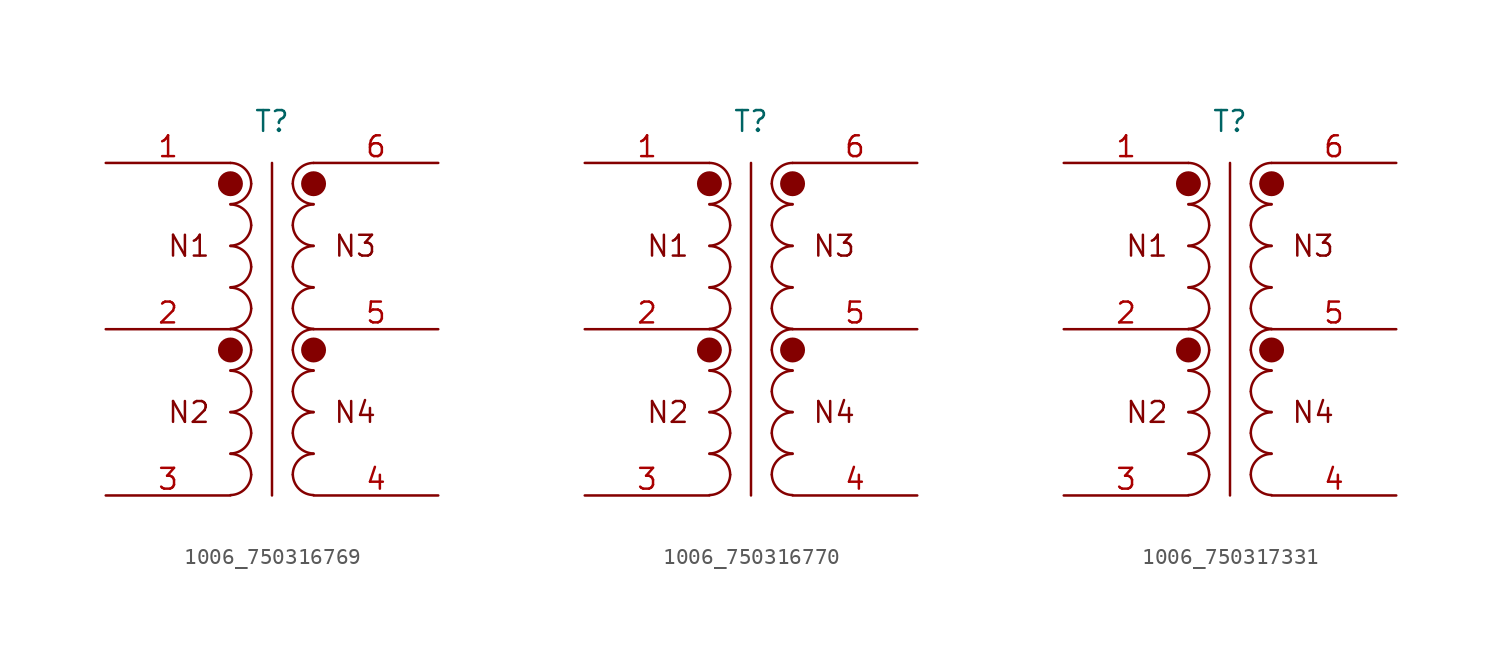
<source format=kicad_sym>
(kicad_symbol_lib
  (version 20220914)
  (generator kicad_symbol_editor)
  (symbol "1006_750316769"
    (pin_names hide)
    (property "Reference" "T"
      (at 0 12.7 0)
      (effects (font (size 1.27 1.27))))
    (property "Critical Parameter" ""
      (at 0 -5.08 0)
      (effects (font (size 1.27 1.27)) (justify left)))
    (symbol "1006_750316769_0_1"
      (arc (start -2.54 -10.1346) (mid -1.6561 -9.7663) (end -1.27 -8.89) (stroke (width 0) (type default)) (fill (type none)))
      (arc (start -2.54 -7.5946) (mid -1.6561 -7.2263) (end -1.27 -6.35) (stroke (width 0) (type default)) (fill (type none)))
      (arc (start -2.54 -5.0546) (mid -1.6561 -4.6863) (end -1.27 -3.81) (stroke (width 0) (type default)) (fill (type none)))
      (arc (start -2.54 -2.5146) (mid -1.6561 -2.1463) (end -1.27 -1.27) (stroke (width 0) (type default)) (fill (type none)))
      (arc (start -2.54 0.0254) (mid -1.6561 0.3937) (end -1.27 1.27) (stroke (width 0) (type default)) (fill (type none)))
      (arc (start -2.54 2.5654) (mid -1.6561 2.9337) (end -1.27 3.81) (stroke (width 0) (type default)) (fill (type none)))
      (arc (start -2.54 5.1054) (mid -1.6561 5.4737) (end -1.27 6.35) (stroke (width 0) (type default)) (fill (type none)))
      (arc (start -2.54 7.6454) (mid -1.6561 8.0137) (end -1.27 8.89) (stroke (width 0) (type default)) (fill (type none)))
      (arc (start -1.27 -8.89) (mid -1.642 -7.992) (end -2.54 -7.62) (stroke (width 0) (type default)) (fill (type none)))
      (arc (start -1.27 -6.35) (mid -1.642 -5.452) (end -2.54 -5.08) (stroke (width 0) (type default)) (fill (type none)))
      (arc (start -1.27 -3.81) (mid -1.642 -2.912) (end -2.54 -2.54) (stroke (width 0) (type default)) (fill (type none)))
      (arc (start -1.27 -1.27) (mid -1.642 -0.372) (end -2.54 0) (stroke (width 0) (type default)) (fill (type none)))
      (arc (start -1.27 1.27) (mid -1.642 2.168) (end -2.54 2.54) (stroke (width 0) (type default)) (fill (type none)))
      (arc (start -1.27 3.81) (mid -1.642 4.708) (end -2.54 5.08) (stroke (width 0) (type default)) (fill (type none)))
      (arc (start -1.27 6.35) (mid -1.642 7.248) (end -2.54 7.62) (stroke (width 0) (type default)) (fill (type none)))
      (arc (start -1.27 8.89) (mid -1.642 9.788) (end -2.54 10.16) (stroke (width 0) (type default)) (fill (type none)))
      (polyline (pts (xy 0 -10.16) (xy 0 10.16)) (stroke (width 0) (type default)) (fill (type none)))
      (arc (start 1.27 -8.89) (mid 1.6561 -9.7663) (end 2.54 -10.1346) (stroke (width 0) (type default)) (fill (type none)))
      (arc (start 1.27 -6.35) (mid 1.6561 -7.2263) (end 2.54 -7.5946) (stroke (width 0) (type default)) (fill (type none)))
      (arc (start 1.27 -3.81) (mid 1.6561 -4.6863) (end 2.54 -5.0546) (stroke (width 0) (type default)) (fill (type none)))
      (arc (start 1.27 -1.27) (mid 1.6561 -2.1463) (end 2.54 -2.5146) (stroke (width 0) (type default)) (fill (type none)))
      (arc (start 1.27 1.27) (mid 1.6561 0.3937) (end 2.54 0.0254) (stroke (width 0) (type default)) (fill (type none)))
      (arc (start 1.27 3.81) (mid 1.6561 2.9337) (end 2.54 2.5654) (stroke (width 0) (type default)) (fill (type none)))
      (arc (start 1.27 6.35) (mid 1.6561 5.4737) (end 2.54 5.1054) (stroke (width 0) (type default)) (fill (type none)))
      (arc (start 1.27 8.89) (mid 1.6561 8.0137) (end 2.54 7.6454) (stroke (width 0) (type default)) (fill (type none)))
      (arc (start 2.54 -7.62) (mid 1.642 -7.992) (end 1.27 -8.89) (stroke (width 0) (type default)) (fill (type none)))
      (arc (start 2.54 -5.08) (mid 1.642 -5.452) (end 1.27 -6.35) (stroke (width 0) (type default)) (fill (type none)))
      (arc (start 2.54 -2.54) (mid 1.642 -2.912) (end 1.27 -3.81) (stroke (width 0) (type default)) (fill (type none)))
      (arc (start 2.54 0) (mid 1.642 -0.372) (end 1.27 -1.27) (stroke (width 0) (type default)) (fill (type none)))
      (arc (start 2.54 2.54) (mid 1.642 2.168) (end 1.27 1.27) (stroke (width 0) (type default)) (fill (type none)))
      (arc (start 2.54 5.08) (mid 1.642 4.708) (end 1.27 3.81) (stroke (width 0) (type default)) (fill (type none)))
      (arc (start 2.54 7.62) (mid 1.642 7.248) (end 1.27 6.35) (stroke (width 0) (type default)) (fill (type none)))
      (arc (start 2.54 10.16) (mid 1.642 9.788) (end 1.27 8.89) (stroke (width 0) (type default)) (fill (type none))))
    (symbol "1006_750316769_1_1"
      (circle (center -2.54 -1.27) (radius 0.0001) (stroke (width 0.762) (type default)) (fill (type none)))
      (circle (center -2.54 8.89) (radius 0.0001) (stroke (width 0.762) (type default)) (fill (type none)))
      (circle (center 2.54 -1.27) (radius 0.0001) (stroke (width 0.762) (type default)) (fill (type none)))
      (circle (center 2.54 8.89) (radius 0.0001) (stroke (width 0.762) (type default)) (fill (type none)))
      (text "N1" (at -5.08 5.08 0) (effects (font (size 1.27 1.27))))
      (text "N2" (at -5.08 -5.08 0) (effects (font (size 1.27 1.27))))
      (text "N3" (at 5.08 5.08 0) (effects (font (size 1.27 1.27))))
      (text "N4" (at 5.08 -5.08 0) (effects (font (size 1.27 1.27))))
      (pin passive line (at -10.16 10.16 0) (length 7.62) (name "1" (effects (font (size 1.27 1.27)))) (number "1" (effects (font (size 1.27 1.27)))))
      (pin passive line (at -10.16 0 0) (length 7.62) (name "2" (effects (font (size 1.27 1.27)))) (number "2" (effects (font (size 1.27 1.27)))))
      (pin passive line (at -10.16 -10.16 0) (length 7.62) (name "3" (effects (font (size 1.27 1.27)))) (number "3" (effects (font (size 1.27 1.27)))))
      (pin passive line (at 10.16 -10.16 180) (length 7.62) (name "4" (effects (font (size 1.27 1.27)))) (number "4" (effects (font (size 1.27 1.27)))))
      (pin passive line (at 10.16 0 180) (length 7.62) (name "5" (effects (font (size 1.27 1.27)))) (number "5" (effects (font (size 1.27 1.27)))))
      (pin passive line (at 10.16 10.16 180) (length 7.62) (name "6" (effects (font (size 1.27 1.27)))) (number "6" (effects (font (size 1.27 1.27)))))))
  (symbol "1006_750316770"
    (pin_names hide)
    (property "Reference" "T"
      (at 0 12.7 0)
      (effects (font (size 1.27 1.27))))
    (property "Critical Parameter" ""
      (at 0 -5.08 0)
      (effects (font (size 1.27 1.27)) (justify left)))
    (symbol "1006_750316770_0_1"
      (arc (start -2.54 -10.1346) (mid -1.6561 -9.7663) (end -1.27 -8.89) (stroke (width 0) (type default)) (fill (type none)))
      (arc (start -2.54 -7.5946) (mid -1.6561 -7.2263) (end -1.27 -6.35) (stroke (width 0) (type default)) (fill (type none)))
      (arc (start -2.54 -5.0546) (mid -1.6561 -4.6863) (end -1.27 -3.81) (stroke (width 0) (type default)) (fill (type none)))
      (arc (start -2.54 -2.5146) (mid -1.6561 -2.1463) (end -1.27 -1.27) (stroke (width 0) (type default)) (fill (type none)))
      (arc (start -2.54 0.0254) (mid -1.6561 0.3937) (end -1.27 1.27) (stroke (width 0) (type default)) (fill (type none)))
      (arc (start -2.54 2.5654) (mid -1.6561 2.9337) (end -1.27 3.81) (stroke (width 0) (type default)) (fill (type none)))
      (arc (start -2.54 5.1054) (mid -1.6561 5.4737) (end -1.27 6.35) (stroke (width 0) (type default)) (fill (type none)))
      (arc (start -2.54 7.6454) (mid -1.6561 8.0137) (end -1.27 8.89) (stroke (width 0) (type default)) (fill (type none)))
      (arc (start -1.27 -8.89) (mid -1.642 -7.992) (end -2.54 -7.62) (stroke (width 0) (type default)) (fill (type none)))
      (arc (start -1.27 -6.35) (mid -1.642 -5.452) (end -2.54 -5.08) (stroke (width 0) (type default)) (fill (type none)))
      (arc (start -1.27 -3.81) (mid -1.642 -2.912) (end -2.54 -2.54) (stroke (width 0) (type default)) (fill (type none)))
      (arc (start -1.27 -1.27) (mid -1.642 -0.372) (end -2.54 0) (stroke (width 0) (type default)) (fill (type none)))
      (arc (start -1.27 1.27) (mid -1.642 2.168) (end -2.54 2.54) (stroke (width 0) (type default)) (fill (type none)))
      (arc (start -1.27 3.81) (mid -1.642 4.708) (end -2.54 5.08) (stroke (width 0) (type default)) (fill (type none)))
      (arc (start -1.27 6.35) (mid -1.642 7.248) (end -2.54 7.62) (stroke (width 0) (type default)) (fill (type none)))
      (arc (start -1.27 8.89) (mid -1.642 9.788) (end -2.54 10.16) (stroke (width 0) (type default)) (fill (type none)))
      (polyline (pts (xy 0 -10.16) (xy 0 10.16)) (stroke (width 0) (type default)) (fill (type none)))
      (arc (start 1.27 -8.89) (mid 1.6561 -9.7663) (end 2.54 -10.1346) (stroke (width 0) (type default)) (fill (type none)))
      (arc (start 1.27 -6.35) (mid 1.6561 -7.2263) (end 2.54 -7.5946) (stroke (width 0) (type default)) (fill (type none)))
      (arc (start 1.27 -3.81) (mid 1.6561 -4.6863) (end 2.54 -5.0546) (stroke (width 0) (type default)) (fill (type none)))
      (arc (start 1.27 -1.27) (mid 1.6561 -2.1463) (end 2.54 -2.5146) (stroke (width 0) (type default)) (fill (type none)))
      (arc (start 1.27 1.27) (mid 1.6561 0.3937) (end 2.54 0.0254) (stroke (width 0) (type default)) (fill (type none)))
      (arc (start 1.27 3.81) (mid 1.6561 2.9337) (end 2.54 2.5654) (stroke (width 0) (type default)) (fill (type none)))
      (arc (start 1.27 6.35) (mid 1.6561 5.4737) (end 2.54 5.1054) (stroke (width 0) (type default)) (fill (type none)))
      (arc (start 1.27 8.89) (mid 1.6561 8.0137) (end 2.54 7.6454) (stroke (width 0) (type default)) (fill (type none)))
      (arc (start 2.54 -7.62) (mid 1.642 -7.992) (end 1.27 -8.89) (stroke (width 0) (type default)) (fill (type none)))
      (arc (start 2.54 -5.08) (mid 1.642 -5.452) (end 1.27 -6.35) (stroke (width 0) (type default)) (fill (type none)))
      (arc (start 2.54 -2.54) (mid 1.642 -2.912) (end 1.27 -3.81) (stroke (width 0) (type default)) (fill (type none)))
      (arc (start 2.54 0) (mid 1.642 -0.372) (end 1.27 -1.27) (stroke (width 0) (type default)) (fill (type none)))
      (arc (start 2.54 2.54) (mid 1.642 2.168) (end 1.27 1.27) (stroke (width 0) (type default)) (fill (type none)))
      (arc (start 2.54 5.08) (mid 1.642 4.708) (end 1.27 3.81) (stroke (width 0) (type default)) (fill (type none)))
      (arc (start 2.54 7.62) (mid 1.642 7.248) (end 1.27 6.35) (stroke (width 0) (type default)) (fill (type none)))
      (arc (start 2.54 10.16) (mid 1.642 9.788) (end 1.27 8.89) (stroke (width 0) (type default)) (fill (type none))))
    (symbol "1006_750316770_1_1"
      (circle (center -2.54 -1.27) (radius 0.0001) (stroke (width 0.762) (type default)) (fill (type none)))
      (circle (center -2.54 8.89) (radius 0.0001) (stroke (width 0.762) (type default)) (fill (type none)))
      (circle (center 2.54 -1.27) (radius 0.0001) (stroke (width 0.762) (type default)) (fill (type none)))
      (circle (center 2.54 8.89) (radius 0.0001) (stroke (width 0.762) (type default)) (fill (type none)))
      (text "N1" (at -5.08 5.08 0) (effects (font (size 1.27 1.27))))
      (text "N2" (at -5.08 -5.08 0) (effects (font (size 1.27 1.27))))
      (text "N3" (at 5.08 5.08 0) (effects (font (size 1.27 1.27))))
      (text "N4" (at 5.08 -5.08 0) (effects (font (size 1.27 1.27))))
      (pin passive line (at -10.16 10.16 0) (length 7.62) (name "1" (effects (font (size 1.27 1.27)))) (number "1" (effects (font (size 1.27 1.27)))))
      (pin passive line (at -10.16 0 0) (length 7.62) (name "2" (effects (font (size 1.27 1.27)))) (number "2" (effects (font (size 1.27 1.27)))))
      (pin passive line (at -10.16 -10.16 0) (length 7.62) (name "3" (effects (font (size 1.27 1.27)))) (number "3" (effects (font (size 1.27 1.27)))))
      (pin passive line (at 10.16 -10.16 180) (length 7.62) (name "4" (effects (font (size 1.27 1.27)))) (number "4" (effects (font (size 1.27 1.27)))))
      (pin passive line (at 10.16 0 180) (length 7.62) (name "5" (effects (font (size 1.27 1.27)))) (number "5" (effects (font (size 1.27 1.27)))))
      (pin passive line (at 10.16 10.16 180) (length 7.62) (name "6" (effects (font (size 1.27 1.27)))) (number "6" (effects (font (size 1.27 1.27)))))))
  (symbol "1006_750317331"
    (pin_names hide)
    (property "Reference" "T"
      (at 0 12.7 0)
      (effects (font (size 1.27 1.27))))
    (property "Critical Parameter" ""
      (at 0 -5.08 0)
      (effects (font (size 1.27 1.27)) (justify left)))
    (symbol "1006_750317331_0_1"
      (arc (start -2.54 -10.1346) (mid -1.6561 -9.7663) (end -1.27 -8.89) (stroke (width 0) (type default)) (fill (type none)))
      (arc (start -2.54 -7.5946) (mid -1.6561 -7.2263) (end -1.27 -6.35) (stroke (width 0) (type default)) (fill (type none)))
      (arc (start -2.54 -5.0546) (mid -1.6561 -4.6863) (end -1.27 -3.81) (stroke (width 0) (type default)) (fill (type none)))
      (arc (start -2.54 -2.5146) (mid -1.6561 -2.1463) (end -1.27 -1.27) (stroke (width 0) (type default)) (fill (type none)))
      (arc (start -2.54 0.0254) (mid -1.6561 0.3937) (end -1.27 1.27) (stroke (width 0) (type default)) (fill (type none)))
      (arc (start -2.54 2.5654) (mid -1.6561 2.9337) (end -1.27 3.81) (stroke (width 0) (type default)) (fill (type none)))
      (arc (start -2.54 5.1054) (mid -1.6561 5.4737) (end -1.27 6.35) (stroke (width 0) (type default)) (fill (type none)))
      (arc (start -2.54 7.6454) (mid -1.6561 8.0137) (end -1.27 8.89) (stroke (width 0) (type default)) (fill (type none)))
      (arc (start -1.27 -8.89) (mid -1.642 -7.992) (end -2.54 -7.62) (stroke (width 0) (type default)) (fill (type none)))
      (arc (start -1.27 -6.35) (mid -1.642 -5.452) (end -2.54 -5.08) (stroke (width 0) (type default)) (fill (type none)))
      (arc (start -1.27 -3.81) (mid -1.642 -2.912) (end -2.54 -2.54) (stroke (width 0) (type default)) (fill (type none)))
      (arc (start -1.27 -1.27) (mid -1.642 -0.372) (end -2.54 0) (stroke (width 0) (type default)) (fill (type none)))
      (arc (start -1.27 1.27) (mid -1.642 2.168) (end -2.54 2.54) (stroke (width 0) (type default)) (fill (type none)))
      (arc (start -1.27 3.81) (mid -1.642 4.708) (end -2.54 5.08) (stroke (width 0) (type default)) (fill (type none)))
      (arc (start -1.27 6.35) (mid -1.642 7.248) (end -2.54 7.62) (stroke (width 0) (type default)) (fill (type none)))
      (arc (start -1.27 8.89) (mid -1.642 9.788) (end -2.54 10.16) (stroke (width 0) (type default)) (fill (type none)))
      (polyline (pts (xy 0 -10.16) (xy 0 10.16)) (stroke (width 0) (type default)) (fill (type none)))
      (arc (start 1.27 -8.89) (mid 1.6561 -9.7663) (end 2.54 -10.1346) (stroke (width 0) (type default)) (fill (type none)))
      (arc (start 1.27 -6.35) (mid 1.6561 -7.2263) (end 2.54 -7.5946) (stroke (width 0) (type default)) (fill (type none)))
      (arc (start 1.27 -3.81) (mid 1.6561 -4.6863) (end 2.54 -5.0546) (stroke (width 0) (type default)) (fill (type none)))
      (arc (start 1.27 -1.27) (mid 1.6561 -2.1463) (end 2.54 -2.5146) (stroke (width 0) (type default)) (fill (type none)))
      (arc (start 1.27 1.27) (mid 1.6561 0.3937) (end 2.54 0.0254) (stroke (width 0) (type default)) (fill (type none)))
      (arc (start 1.27 3.81) (mid 1.6561 2.9337) (end 2.54 2.5654) (stroke (width 0) (type default)) (fill (type none)))
      (arc (start 1.27 6.35) (mid 1.6561 5.4737) (end 2.54 5.1054) (stroke (width 0) (type default)) (fill (type none)))
      (arc (start 1.27 8.89) (mid 1.6561 8.0137) (end 2.54 7.6454) (stroke (width 0) (type default)) (fill (type none)))
      (arc (start 2.54 -7.62) (mid 1.642 -7.992) (end 1.27 -8.89) (stroke (width 0) (type default)) (fill (type none)))
      (arc (start 2.54 -5.08) (mid 1.642 -5.452) (end 1.27 -6.35) (stroke (width 0) (type default)) (fill (type none)))
      (arc (start 2.54 -2.54) (mid 1.642 -2.912) (end 1.27 -3.81) (stroke (width 0) (type default)) (fill (type none)))
      (arc (start 2.54 0) (mid 1.642 -0.372) (end 1.27 -1.27) (stroke (width 0) (type default)) (fill (type none)))
      (arc (start 2.54 2.54) (mid 1.642 2.168) (end 1.27 1.27) (stroke (width 0) (type default)) (fill (type none)))
      (arc (start 2.54 5.08) (mid 1.642 4.708) (end 1.27 3.81) (stroke (width 0) (type default)) (fill (type none)))
      (arc (start 2.54 7.62) (mid 1.642 7.248) (end 1.27 6.35) (stroke (width 0) (type default)) (fill (type none)))
      (arc (start 2.54 10.16) (mid 1.642 9.788) (end 1.27 8.89) (stroke (width 0) (type default)) (fill (type none))))
    (symbol "1006_750317331_1_1"
      (circle (center -2.54 -1.27) (radius 0.0001) (stroke (width 0.762) (type default)) (fill (type none)))
      (circle (center -2.54 8.89) (radius 0.0001) (stroke (width 0.762) (type default)) (fill (type none)))
      (circle (center 2.54 -1.27) (radius 0.0001) (stroke (width 0.762) (type default)) (fill (type none)))
      (circle (center 2.54 8.89) (radius 0.0001) (stroke (width 0.762) (type default)) (fill (type none)))
      (text "N1" (at -5.08 5.08 0) (effects (font (size 1.27 1.27))))
      (text "N2" (at -5.08 -5.08 0) (effects (font (size 1.27 1.27))))
      (text "N3" (at 5.08 5.08 0) (effects (font (size 1.27 1.27))))
      (text "N4" (at 5.08 -5.08 0) (effects (font (size 1.27 1.27))))
      (pin passive line (at -10.16 10.16 0) (length 7.62) (name "1" (effects (font (size 1.27 1.27)))) (number "1" (effects (font (size 1.27 1.27)))))
      (pin passive line (at -10.16 0 0) (length 7.62) (name "2" (effects (font (size 1.27 1.27)))) (number "2" (effects (font (size 1.27 1.27)))))
      (pin passive line (at -10.16 -10.16 0) (length 7.62) (name "3" (effects (font (size 1.27 1.27)))) (number "3" (effects (font (size 1.27 1.27)))))
      (pin passive line (at 10.16 -10.16 180) (length 7.62) (name "4" (effects (font (size 1.27 1.27)))) (number "4" (effects (font (size 1.27 1.27)))))
      (pin passive line (at 10.16 0 180) (length 7.62) (name "5" (effects (font (size 1.27 1.27)))) (number "5" (effects (font (size 1.27 1.27)))))
      (pin passive line (at 10.16 10.16 180) (length 7.62) (name "6" (effects (font (size 1.27 1.27)))) (number "6" (effects (font (size 1.27 1.27))))))))
</source>
